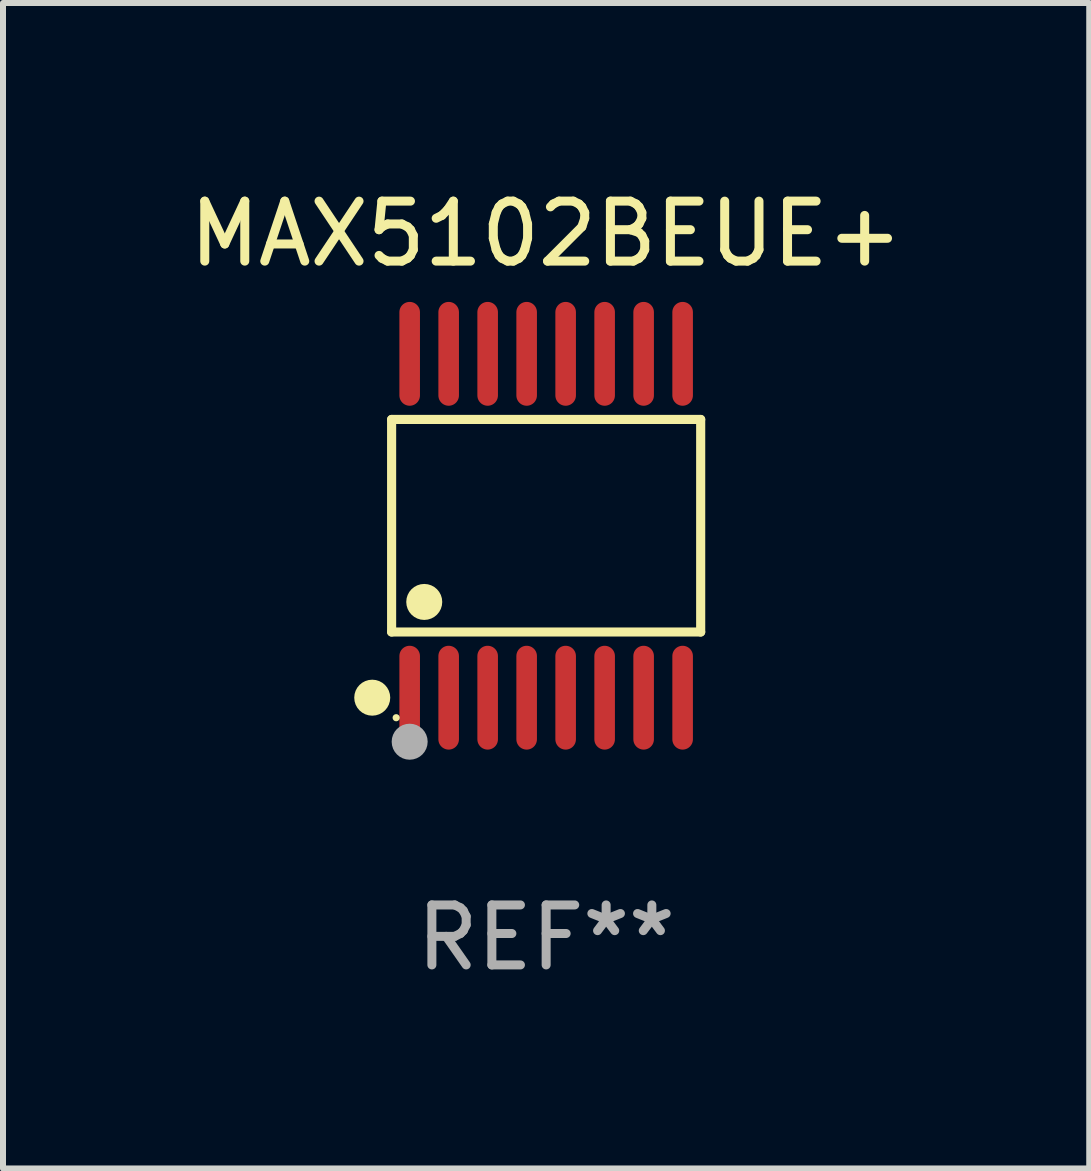
<source format=kicad_pcb>
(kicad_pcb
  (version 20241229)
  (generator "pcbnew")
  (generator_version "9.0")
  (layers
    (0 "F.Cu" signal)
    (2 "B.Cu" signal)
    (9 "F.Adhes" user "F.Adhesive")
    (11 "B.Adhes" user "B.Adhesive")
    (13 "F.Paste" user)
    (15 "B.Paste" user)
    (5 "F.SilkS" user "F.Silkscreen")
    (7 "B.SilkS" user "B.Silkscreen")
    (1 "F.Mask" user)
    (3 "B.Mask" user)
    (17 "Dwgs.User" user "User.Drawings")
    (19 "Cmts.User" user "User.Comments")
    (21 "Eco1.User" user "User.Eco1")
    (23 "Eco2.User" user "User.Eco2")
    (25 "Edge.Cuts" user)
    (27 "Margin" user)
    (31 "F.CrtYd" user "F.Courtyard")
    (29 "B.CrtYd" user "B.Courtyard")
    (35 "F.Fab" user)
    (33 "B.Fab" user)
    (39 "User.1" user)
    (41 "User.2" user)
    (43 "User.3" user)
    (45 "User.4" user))
  (footprint "MAX5102BEUE+"
    (layer "F.Cu")
    (at 6.054 5.714)
    (property "Reference" "MAX5102BEUE+" (at 0 -4.866 0) (layer "F.SilkS") (effects (font (size 1 1) (thickness 0.15))))
    (attr through_hole)
    (fp_line (start -2.576 -1.772) (end 2.576 -1.772) (stroke (width 0.152) (type solid)) (layer "F.SilkS"))
    (fp_line (start -2.576 1.771) (end -2.576 -1.772) (stroke (width 0.152) (type solid)) (layer "F.SilkS"))
    (fp_line (start 2.576 -1.772) (end 2.576 1.771) (stroke (width 0.152) (type solid)) (layer "F.SilkS"))
    (fp_line (start 2.576 1.771) (end -2.576 1.771) (stroke (width 0.152) (type solid)) (layer "F.SilkS"))
    (fp_circle (center -2.899 2.866) (end -2.749 2.866) (stroke (width 0.3) (type solid)) (fill no) (layer "F.SilkS"))
    (fp_circle (center -2.5 3.2) (end -2.47 3.2) (stroke (width 0.06) (type solid)) (fill no) (layer "F.SilkS"))
    (fp_circle (center -2.032 1.27) (end -1.882 1.27) (stroke (width 0.3) (type solid)) (fill no) (layer "F.SilkS"))
    (fp_circle (center -2.275 3.6) (end -2.125 3.6) (stroke (width 0.3) (type solid)) (fill no) (layer "F.Fab"))
    (fp_text user "REF**" (at 0 6.866 0) (layer "F.Fab") (effects (font (size 1 1) (thickness 0.15))))
    (pad "1" smd oval (at -2.275 2.866) (size 0.343 1.731) (layers "F.Cu" "F.Mask" "F.Paste"))
    (pad "2" smd oval (at -1.625 2.866) (size 0.343 1.731) (layers "F.Cu" "F.Mask" "F.Paste"))
    (pad "3" smd oval (at -0.975 2.866) (size 0.343 1.731) (layers "F.Cu" "F.Mask" "F.Paste"))
    (pad "4" smd oval (at -0.325 2.866) (size 0.343 1.731) (layers "F.Cu" "F.Mask" "F.Paste"))
    (pad "5" smd oval (at 0.325 2.866) (size 0.343 1.731) (layers "F.Cu" "F.Mask" "F.Paste"))
    (pad "6" smd oval (at 0.975 2.866) (size 0.343 1.731) (layers "F.Cu" "F.Mask" "F.Paste"))
    (pad "7" smd oval (at 1.625 2.866) (size 0.343 1.731) (layers "F.Cu" "F.Mask" "F.Paste"))
    (pad "8" smd oval (at 2.275 2.866) (size 0.343 1.731) (layers "F.Cu" "F.Mask" "F.Paste"))
    (pad "9" smd oval (at 2.275 -2.866) (size 0.343 1.731) (layers "F.Cu" "F.Mask" "F.Paste"))
    (pad "10" smd oval (at 1.625 -2.866) (size 0.343 1.731) (layers "F.Cu" "F.Mask" "F.Paste"))
    (pad "11" smd oval (at 0.975 -2.866) (size 0.343 1.731) (layers "F.Cu" "F.Mask" "F.Paste"))
    (pad "12" smd oval (at 0.325 -2.866) (size 0.343 1.731) (layers "F.Cu" "F.Mask" "F.Paste"))
    (pad "13" smd oval (at -0.325 -2.866) (size 0.343 1.731) (layers "F.Cu" "F.Mask" "F.Paste"))
    (pad "14" smd oval (at -0.975 -2.866) (size 0.343 1.731) (layers "F.Cu" "F.Mask" "F.Paste"))
    (pad "15" smd oval (at -1.625 -2.866) (size 0.343 1.731) (layers "F.Cu" "F.Mask" "F.Paste"))
    (pad "16" smd oval (at -2.275 -2.866) (size 0.343 1.731) (layers "F.Cu" "F.Mask" "F.Paste")))
  (gr_rect
    (start -3 -3)
    (end 15.107 16.428)
    (stroke (width 0.1) (type default))
    (fill no)
    (layer "Edge.Cuts")))
</source>
